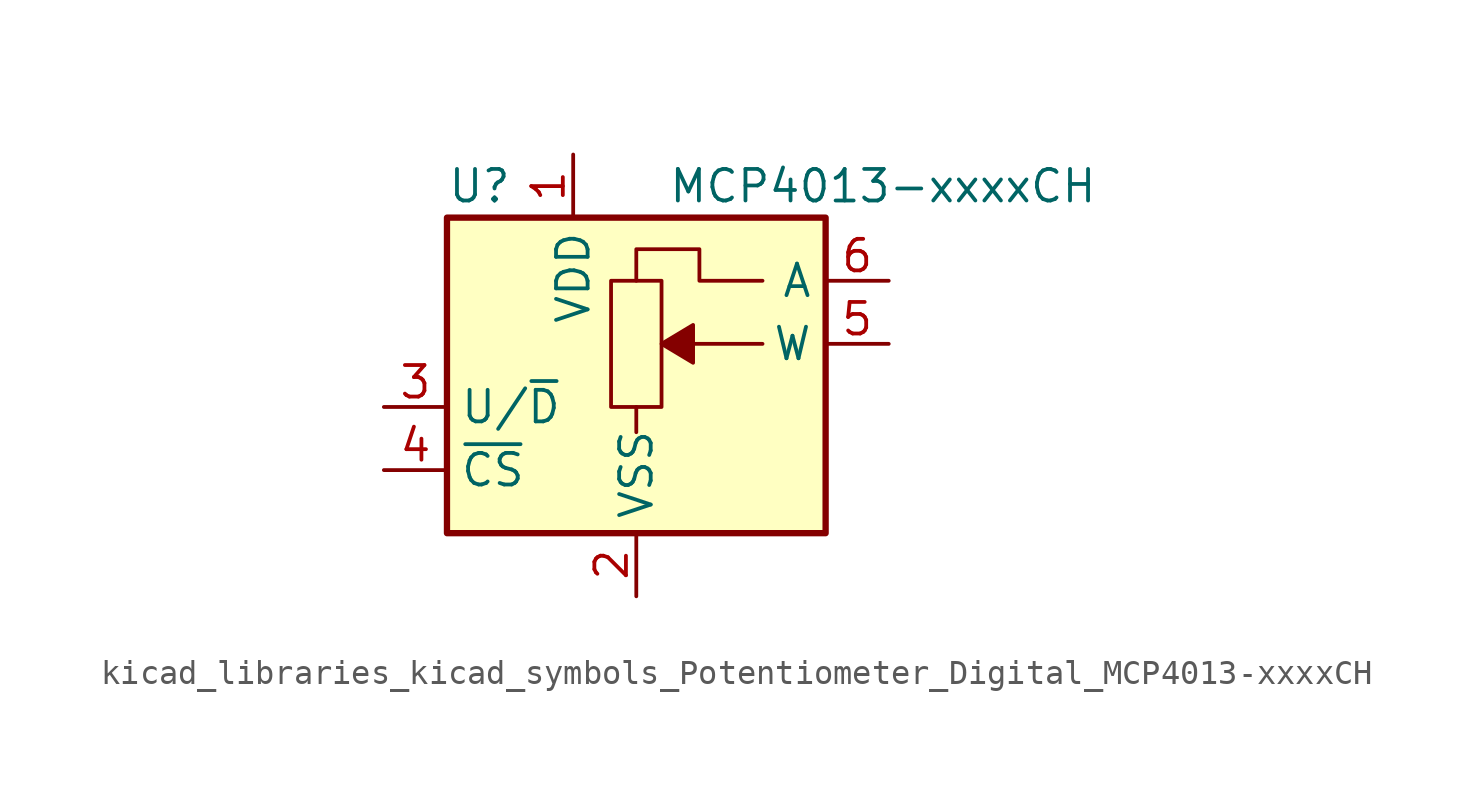
<source format=kicad_sym>
(kicad_symbol_lib
  (version 20220914)
  (generator kicad_symbol_editor)
  (symbol "kicad_libraries_kicad_symbols_Potentiometer_Digital_MCP4013-xxxxCH"
    (property "Reference" "U"
      (at -7.62 8.89 0)
      (effects (font (size 1.27 1.27)) (justify left)))
    (property "Value" "MCP4013-xxxxCH"
      (at 1.27 8.89 0)
      (effects (font (size 1.27 1.27)) (justify left)))
    (symbol "kicad_libraries_kicad_symbols_Potentiometer_Digital_MCP4013-xxxxCH_0_1"
      (polyline (pts (xy 0 0) (xy 0 -1.016)) (stroke (width 0) (type default)) (fill (type none)))
      (polyline (pts (xy 5.08 5.08) (xy 2.54 5.08) (xy 2.54 6.35) (xy 0 6.35) (xy 0 5.08)) (stroke (width 0) (type default)) (fill (type none))))
    (symbol "kicad_libraries_kicad_symbols_Potentiometer_Digital_MCP4013-xxxxCH_1_1"
      (rectangle (start -7.62 7.62) (end 7.62 -5.08) (stroke (width 0.254) (type default)) (fill (type background)))
      (polyline (pts (xy 5.08 2.54) (xy 2.286 2.54)) (stroke (width 0) (type default)) (fill (type none)))
      (polyline (pts (xy 2.286 1.778) (xy 2.286 3.302) (xy 1.016 2.54) (xy 2.286 1.778)) (stroke (width 0) (type default)) (fill (type outline)))
      (rectangle (start 1.016 0) (end -1.016 5.08) (stroke (width 0) (type default)) (fill (type none)))
      (pin power_in line (at -2.54 10.16 270) (length 2.54) (name "VDD" (effects (font (size 1.27 1.27)))) (number "1" (effects (font (size 1.27 1.27)))))
      (pin power_in line (at 0 -7.62 90) (length 2.54) (name "VSS" (effects (font (size 1.27 1.27)))) (number "2" (effects (font (size 1.27 1.27)))))
      (pin input line (at -10.16 0 0) (length 2.54) (name "U/~{D}" (effects (font (size 1.27 1.27)))) (number "3" (effects (font (size 1.27 1.27)))))
      (pin input line (at -10.16 -2.54 0) (length 2.54) (name "~{CS}" (effects (font (size 1.27 1.27)))) (number "4" (effects (font (size 1.27 1.27)))))
      (pin passive line (at 10.16 2.54 180) (length 2.54) (name "W" (effects (font (size 1.27 1.27)))) (number "5" (effects (font (size 1.27 1.27)))))
      (pin passive line (at 10.16 5.08 180) (length 2.54) (name "A" (effects (font (size 1.27 1.27)))) (number "6" (effects (font (size 1.27 1.27))))))))
</source>
